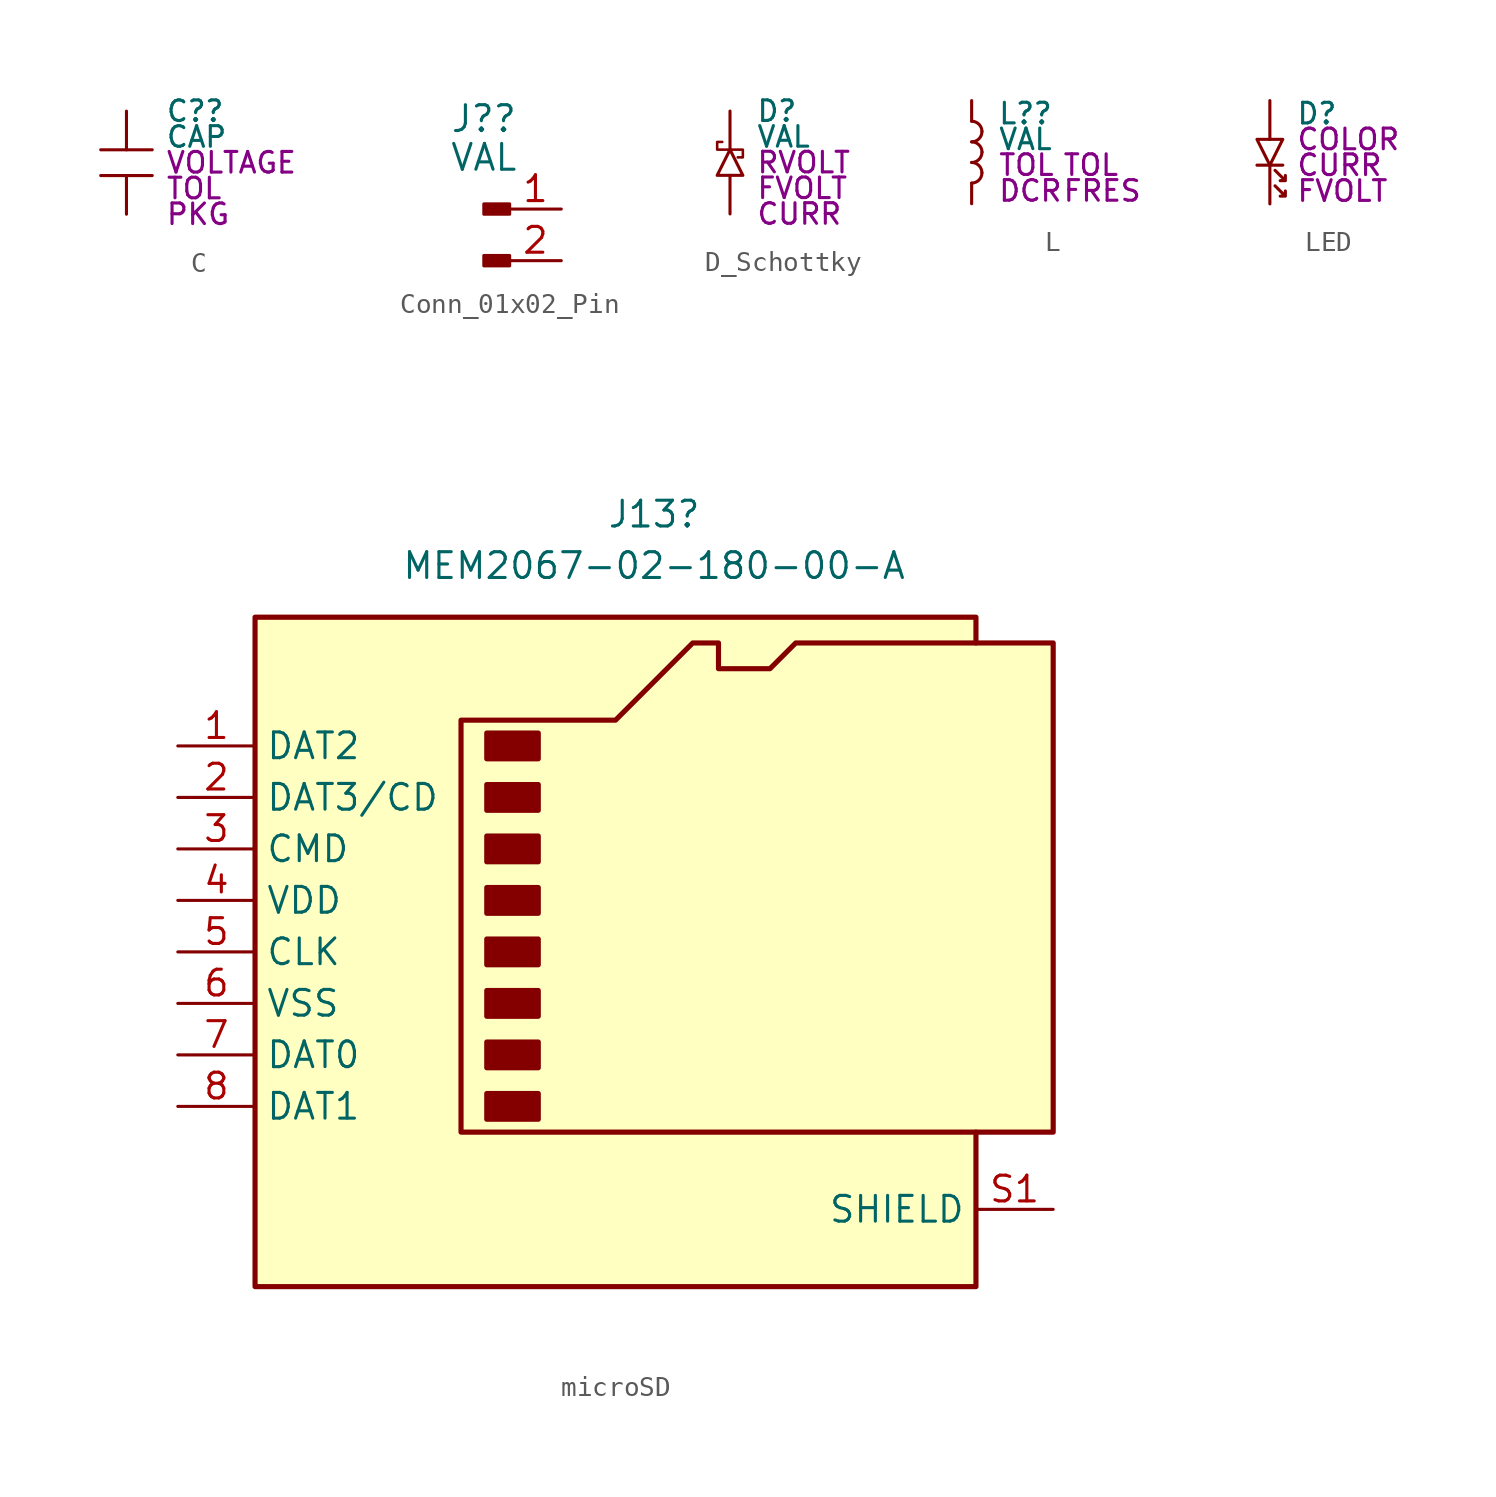
<source format=kicad_sym>
(kicad_symbol_lib
  (version 20241209)
  (generator "kicad_symbol_editor")
  (generator_version "9.0")
  (symbol "C"
    (pin_numbers
      (hide yes))
    (pin_names
      (hide yes))
    (property "Reference" "C?"
      (at 1.905 2.54 0)
      (do_not_autoplace)
      (effects (font (size 1.016 1.016)) (justify left)))
    (property "Value" "CAP"
      (at 1.905 1.27 0)
      (do_not_autoplace)
      (effects (font (size 1.016 1.016)) (justify left)))
    (property "Tolerance" "TOL"
      (at 1.905 -1.27 0)
      (do_not_autoplace)
      (effects (font (size 1.016 1.016)) (justify left)))
    (property "Voltage Rating" "VOLTAGE"
      (at 1.905 0 0)
      (do_not_autoplace)
      (effects (font (size 1.016 1.016)) (justify left)))
    (property "Package" "PKG"
      (at 1.905 -2.54 0)
      (do_not_autoplace)
      (effects (font (size 1.016 1.016)) (justify left)))
    (symbol "C_0_1"
      (polyline (pts (xy -1.27 0.635) (xy 1.27 0.635)) (stroke (width 0) (type default)) (fill (type none)))
      (polyline (pts (xy -1.27 -0.635) (xy 1.27 -0.635)) (stroke (width 0) (type default)) (fill (type none))))
    (symbol "C_1_1"
      (pin passive line (at 0 2.54 270) (length 1.905) (name "" (effects (font (size 0 0)))) (number "1" (effects (font (size 0 0)))))
      (pin passive line (at 0 -2.54 90) (length 1.905) (name "" (effects (font (size 0 0)))) (number "2" (effects (font (size 0 0)))))))
  (symbol "Conn_01x02_Pin"
    (pin_names
      (hide yes))
    (property "Reference" "J?"
      (at 0 5.715 0)
      (do_not_autoplace)
      (effects (font (size 1.27 1.27))))
    (property "Value" "VAL"
      (at 0 3.81 0)
      (do_not_autoplace)
      (effects (font (size 1.27 1.27))))
    (symbol "Conn_01x02_Pin_1_0"
      (pin passive line (at 3.81 1.27 180) (length 2.54) (name "" (effects (font (size 1.27 1.27)))) (number "1" (effects (font (size 1.27 1.27)))))
      (pin passive line (at 3.81 -1.27 180) (length 2.54) (name "" (effects (font (size 1.27 1.27)))) (number "2" (effects (font (size 1.27 1.27))))))
    (symbol "Conn_01x02_Pin_1_1"
      (rectangle (start 0 1.524) (end 1.27 1.016) (stroke (width 0) (type default)) (fill (type outline)))
      (rectangle (start 0 -1.016) (end 1.27 -1.524) (stroke (width 0) (type default)) (fill (type outline)))))
  (symbol "D_Schottky"
    (pin_numbers
      (hide yes))
    (property "Reference" "D"
      (at 1.27 2.54 0)
      (do_not_autoplace)
      (effects (font (size 1.016 1.016)) (justify left)))
    (property "Value" "VAL"
      (at 1.27 1.27 0)
      (do_not_autoplace)
      (effects (font (size 1.016 1.016)) (justify left)))
    (property "Reverse Voltage" "RVOLT"
      (at 1.27 0 0)
      (do_not_autoplace)
      (effects (font (size 1.016 1.016)) (justify left)))
    (property "Forward Voltage" "FVOLT"
      (at 1.27 -1.27 0)
      (do_not_autoplace)
      (effects (font (size 1.016 1.016)) (justify left)))
    (property "Current" "CURR"
      (at 1.27 -2.54 0)
      (do_not_autoplace)
      (effects (font (size 1.016 1.016)) (justify left)))
    (symbol "D_Schottky_1_0"
      (pin passive line (at 0 2.54 270) (length 1.905) (name "" (effects (font (size 1.27 1.27)))) (number "1" (effects (font (size 1.27 1.27)))))
      (pin passive line (at 0 -2.54 90) (length 1.905) (name "" (effects (font (size 1.27 1.27)))) (number "2" (effects (font (size 1.27 1.27))))))
    (symbol "D_Schottky_1_1"
      (polyline (pts (xy -0.635 -0.635) (xy 0.635 -0.635) (xy 0 0.635) (xy -0.635 -0.635)) (stroke (width 0.152) (type default)) (fill (type none)))
      (polyline (pts (xy 0 0.635) (xy -0.635 0.635) (xy -0.635 0.889) (xy -0.635 1.016) (xy -0.381 1.016)) (stroke (width 0.127) (type default)) (fill (type none)))
      (polyline (pts (xy 0 0.635) (xy 0.635 0.635) (xy 0.635 0.381) (xy 0.635 0.254) (xy 0.381 0.254)) (stroke (width 0.127) (type default)) (fill (type none)))))
  (symbol "L"
    (pin_numbers
      (hide yes))
    (pin_names
      (hide yes))
    (property "Reference" "L?"
      (at 1.27 1.905 0)
      (do_not_autoplace)
      (effects (font (size 1.016 1.016)) (justify left)))
    (property "Value" "VAL"
      (at 1.27 0.635 0)
      (do_not_autoplace)
      (effects (font (size 1.016 1.016)) (justify left)))
    (property "Tolerance" "TOL"
      (at 1.27 -0.635 0)
      (do_not_autoplace)
      (effects (font (size 1.016 1.016)) (justify left)))
    (property "Current Rating" "TOL"
      (at 4.445 -0.635 0)
      (do_not_autoplace)
      (effects (font (size 1.016 1.016)) (justify left)))
    (property "DC Resistance" "DCR"
      (at 1.27 -1.905 0)
      (do_not_autoplace)
      (effects (font (size 1.016 1.016)) (justify left)))
    (property "Resonant Frequency" "FRES"
      (at 4.445 -1.905 0)
      (do_not_autoplace)
      (effects (font (size 1.016 1.016)) (justify left)))
    (symbol "L_0_1"
      (arc (start 0 1.524) (mid 0.3592 1.3752) (end 0.508 1.016) (stroke (width 0) (type default)) (fill (type none)))
      (arc (start 0.508 1.016) (mid 0.3592 0.6568) (end 0 0.508) (stroke (width 0) (type default)) (fill (type none)))
      (arc (start 0 0.508) (mid 0.3592 0.3592) (end 0.508 0) (stroke (width 0) (type default)) (fill (type none)))
      (arc (start 0.508 0) (mid 0.3592 -0.3592) (end 0 -0.508) (stroke (width 0) (type default)) (fill (type none)))
      (arc (start 0 -0.508) (mid 0.3592 -0.6568) (end 0.508 -1.016) (stroke (width 0) (type default)) (fill (type none)))
      (arc (start 0.508 -1.016) (mid 0.3592 -1.3752) (end 0 -1.524) (stroke (width 0) (type default)) (fill (type none))))
    (symbol "L_1_0"
      (pin passive line (at 0 2.54 270) (length 1.016) (name "" (effects (font (size 1.27 1.27)))) (number "1" (effects (font (size 1.27 1.27)))))
      (pin passive line (at 0 -2.54 90) (length 1.016) (name "" (effects (font (size 1.27 1.27)))) (number "2" (effects (font (size 1.27 1.27)))))))
  (symbol "LED"
    (pin_numbers
      (hide yes))
    (property "Reference" "D"
      (at 1.27 1.905 0)
      (do_not_autoplace)
      (effects (font (size 1.016 1.016)) (justify left)))
    (property "Forward Voltage" "FVOLT"
      (at 1.27 -1.905 0)
      (do_not_autoplace)
      (effects (font (size 1.016 1.016)) (justify left)))
    (property "Current" "CURR"
      (at 1.27 -0.635 0)
      (do_not_autoplace)
      (effects (font (size 1.016 1.016)) (justify left)))
    (property "Color" "COLOR"
      (at 1.27 0.635 0)
      (do_not_autoplace)
      (effects (font (size 1.016 1.016)) (justify left)))
    (symbol "LED_0_1"
      (polyline (pts (xy 0.254 -0.889) (xy 0.762 -1.397) (xy 0.762 -1.143) (xy 0.762 -1.397) (xy 0.508 -1.397)) (stroke (width 0) (type default)) (fill (type none)))
      (polyline (pts (xy 0.254 -1.651) (xy 0.762 -2.159) (xy 0.762 -1.905) (xy 0.762 -2.159) (xy 0.508 -2.159)) (stroke (width 0) (type default)) (fill (type none)))
      (polyline (pts (xy 0.635 -0.635) (xy -0.635 -0.635)) (stroke (width 0) (type default)) (fill (type none))))
    (symbol "LED_1_0"
      (pin passive line (at 0 2.54 270) (length 1.905) (name "" (effects (font (size 1.27 1.27)))) (number "1" (effects (font (size 1.27 1.27)))))
      (pin passive line (at 0 -2.54 90) (length 1.905) (name "" (effects (font (size 1.27 1.27)))) (number "2" (effects (font (size 1.27 1.27))))))
    (symbol "LED_1_1"
      (polyline (pts (xy 0.635 0.635) (xy -0.635 0.635) (xy 0 -0.635) (xy 0.635 0.635)) (stroke (width 0.152) (type default)) (fill (type none)))))
  (symbol "microSD"
    (property "Reference" "J13"
      (at 0.635 21.59 0)
      (effects (font (size 1.27 1.27))))
    (property "Value" "MEM2067-02-180-00-A"
      (at 0.635 19.05 0)
      (effects (font (size 1.27 1.27))))
    (symbol "microSD_0_1"
      (polyline (pts (xy -8.89 -8.89) (xy -8.89 11.43) (xy -1.27 11.43) (xy 2.54 15.24) (xy 3.81 15.24) (xy 3.81 13.97) (xy 6.35 13.97) (xy 7.62 15.24) (xy 20.32 15.24) (xy 20.32 -8.89) (xy -8.89 -8.89)) (stroke (width 0.254) (type default)) (fill (type background)))
      (rectangle (start -7.62 10.795) (end -5.08 9.525) (stroke (width 0.254) (type default)) (fill (type outline)))
      (rectangle (start -7.62 8.255) (end -5.08 6.985) (stroke (width 0.254) (type default)) (fill (type outline)))
      (rectangle (start -7.62 5.715) (end -5.08 4.445) (stroke (width 0.254) (type default)) (fill (type outline)))
      (rectangle (start -7.62 3.175) (end -5.08 1.905) (stroke (width 0.254) (type default)) (fill (type outline)))
      (rectangle (start -7.62 0.635) (end -5.08 -0.635) (stroke (width 0.254) (type default)) (fill (type outline)))
      (rectangle (start -7.62 -1.905) (end -5.08 -3.175) (stroke (width 0.254) (type default)) (fill (type outline)))
      (rectangle (start -7.62 -4.445) (end -5.08 -5.715) (stroke (width 0.254) (type default)) (fill (type outline)))
      (rectangle (start -7.62 -6.985) (end -5.08 -8.255) (stroke (width 0.254) (type default)) (fill (type outline)))
      (polyline (pts (xy 16.51 15.24) (xy 16.51 16.51) (xy -19.05 16.51) (xy -19.05 -16.51) (xy 16.51 -16.51) (xy 16.51 -8.89)) (stroke (width 0.254) (type default)) (fill (type background))))
    (symbol "microSD_1_1"
      (pin bidirectional line (at -22.86 10.16 0) (length 3.81) (name "DAT2" (effects (font (size 1.27 1.27)))) (number "1" (effects (font (size 1.27 1.27)))))
      (pin bidirectional line (at -22.86 7.62 0) (length 3.81) (name "DAT3/CD" (effects (font (size 1.27 1.27)))) (number "2" (effects (font (size 1.27 1.27)))))
      (pin input line (at -22.86 5.08 0) (length 3.81) (name "CMD" (effects (font (size 1.27 1.27)))) (number "3" (effects (font (size 1.27 1.27)))))
      (pin power_in line (at -22.86 2.54 0) (length 3.81) (name "VDD" (effects (font (size 1.27 1.27)))) (number "4" (effects (font (size 1.27 1.27)))))
      (pin input line (at -22.86 0 0) (length 3.81) (name "CLK" (effects (font (size 1.27 1.27)))) (number "5" (effects (font (size 1.27 1.27)))))
      (pin power_in line (at -22.86 -2.54 0) (length 3.81) (name "VSS" (effects (font (size 1.27 1.27)))) (number "6" (effects (font (size 1.27 1.27)))))
      (pin bidirectional line (at -22.86 -5.08 0) (length 3.81) (name "DAT0" (effects (font (size 1.27 1.27)))) (number "7" (effects (font (size 1.27 1.27)))))
      (pin bidirectional line (at -22.86 -7.62 0) (length 3.81) (name "DAT1" (effects (font (size 1.27 1.27)))) (number "8" (effects (font (size 1.27 1.27)))))
      (pin passive line (at 20.32 -12.7 180) (length 3.81) (name "SHIELD" (effects (font (size 1.27 1.27)))) (number "S1" (effects (font (size 1.27 1.27)))))
      (pin passive line (at 20.32 -12.7 180) (length 3.81) (hide yes) (name "SHIELD" (effects (font (size 1.27 1.27)))) (number "S2" (effects (font (size 1.27 1.27)))))
      (pin passive line (at 20.32 -12.7 180) (length 3.81) (hide yes) (name "SHIELD" (effects (font (size 1.27 1.27)))) (number "S3" (effects (font (size 1.27 1.27)))))
      (pin passive line (at 20.32 -12.7 180) (length 3.81) (hide yes) (name "SHIELD" (effects (font (size 1.27 1.27)))) (number "S4" (effects (font (size 1.27 1.27))))))))
</source>
